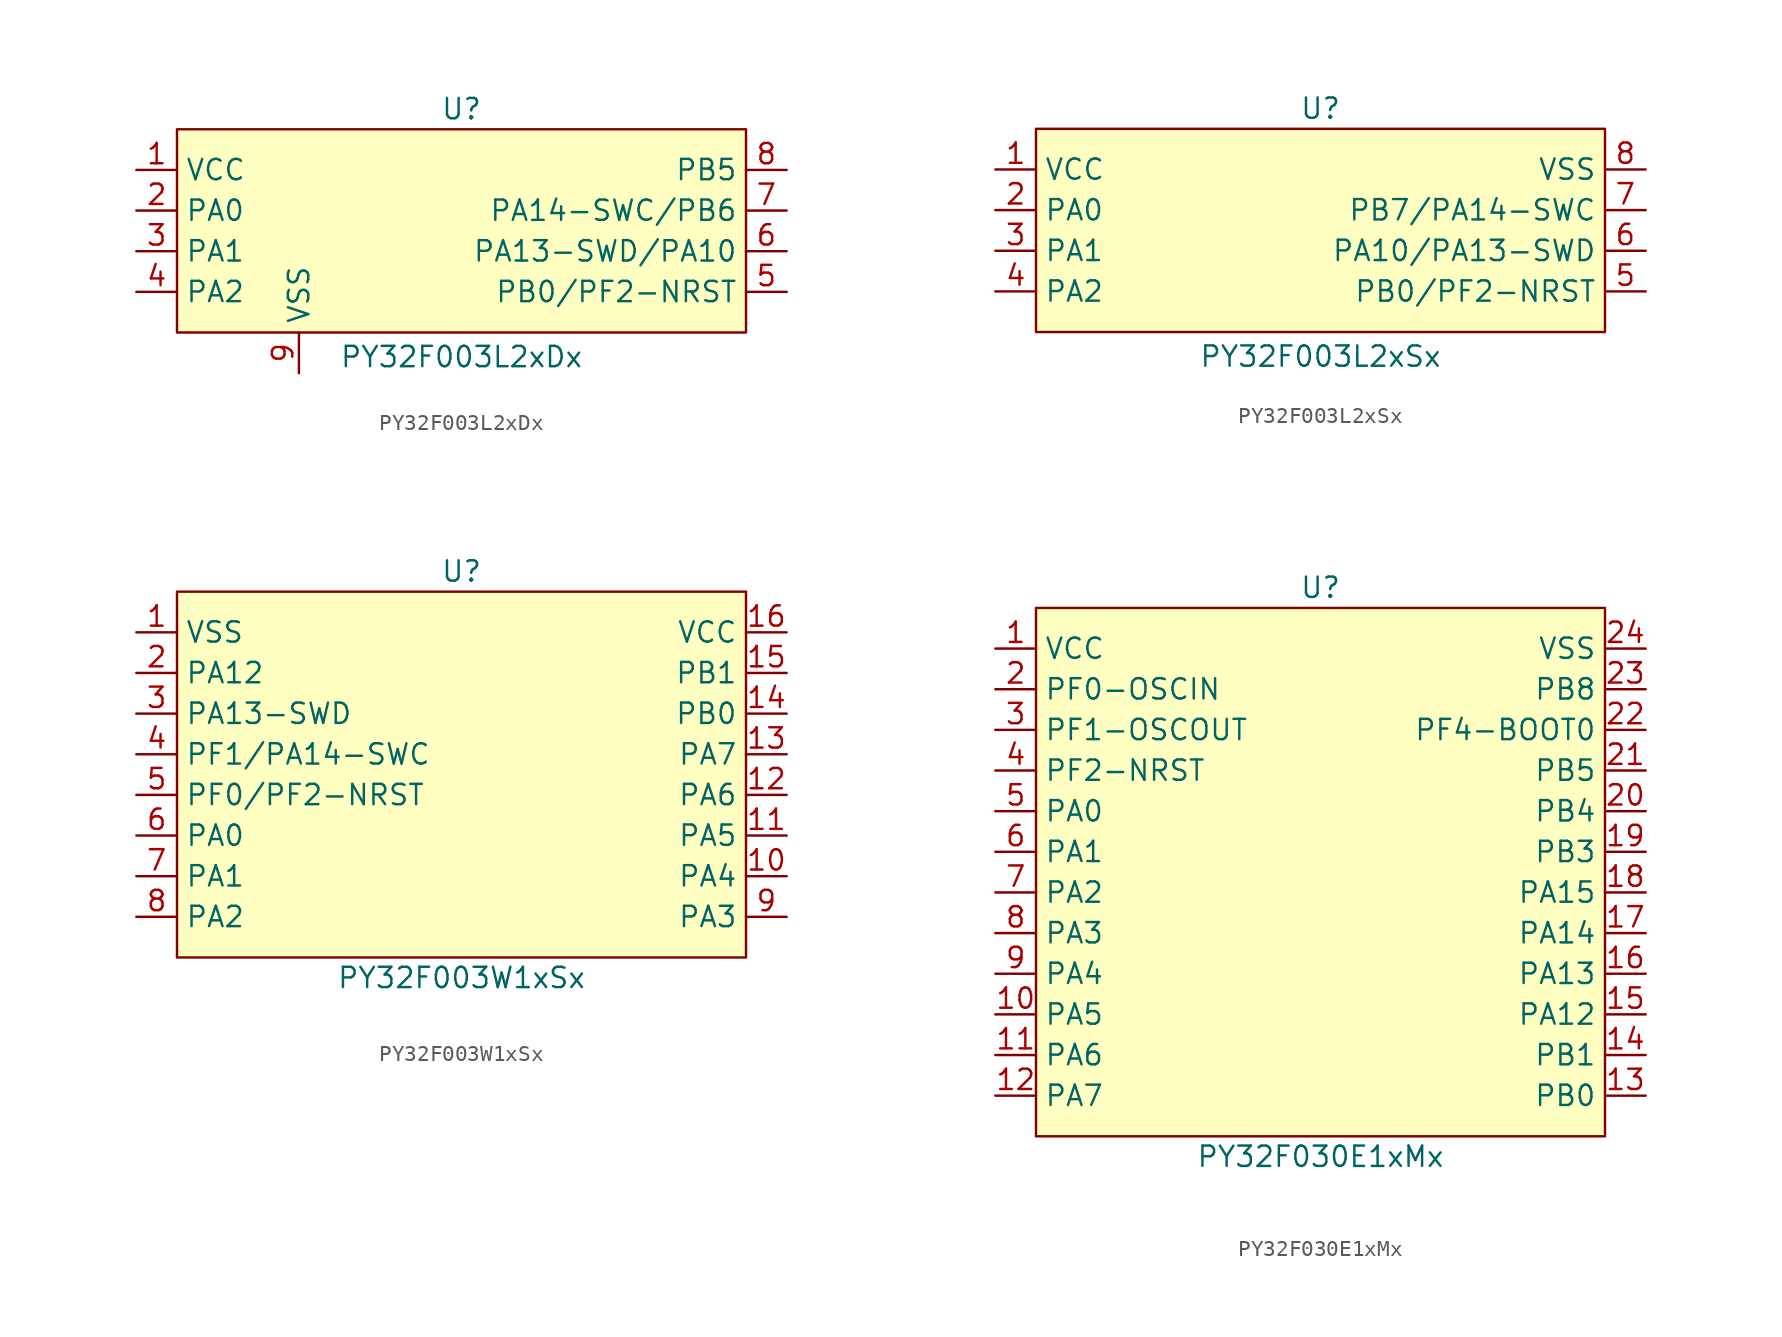
<source format=kicad_sym>
(kicad_symbol_lib
  (version 20241209)
  (generator "kicad_symbol_editor")
  (generator_version "9.0")
  (symbol "PY32F003L2xDx"
    (property "Reference" "U"
      (at 0 6.35 0)
      (effects (font (size 1.27 1.27))))
    (property "Value" "PY32F003L2xDx"
      (at 0 -9.144 0)
      (effects (font (size 1.27 1.27))))
    (symbol "PY32F003L2xDx_0_0"
      (pin bidirectional line (at -20.32 -2.54 0) (length 2.54) (name "PA1" (effects (font (size 1.27 1.27)))) (number "3" (effects (font (size 1.27 1.27)))))
      (pin bidirectional line (at -20.32 -5.08 0) (length 2.54) (name "PA2" (effects (font (size 1.27 1.27)))) (number "4" (effects (font (size 1.27 1.27)))))
      (pin bidirectional line (at 20.32 2.54 180) (length 2.54) (name "PB5" (effects (font (size 1.27 1.27)))) (number "8" (effects (font (size 1.27 1.27)))))
      (pin bidirectional line (at 20.32 0 180) (length 2.54) (name "PA14-SWC/PB6" (effects (font (size 1.27 1.27)))) (number "7" (effects (font (size 1.27 1.27)))))
      (pin bidirectional line (at 20.32 -2.54 180) (length 2.54) (name "PA13-SWD/PA10" (effects (font (size 1.27 1.27)))) (number "6" (effects (font (size 1.27 1.27)))))
      (pin bidirectional line (at 20.32 -5.08 180) (length 2.54) (name "PB0/PF2-NRST" (effects (font (size 1.27 1.27)))) (number "5" (effects (font (size 1.27 1.27))))))
    (symbol "PY32F003L2xDx_1_0"
      (pin bidirectional line (at -20.32 2.54 0) (length 2.54) (name "VCC" (effects (font (size 1.27 1.27)))) (number "1" (effects (font (size 1.27 1.27)))))
      (pin bidirectional line (at -20.32 0 0) (length 2.54) (name "PA0" (effects (font (size 1.27 1.27)))) (number "2" (effects (font (size 1.27 1.27)))))
      (pin bidirectional line (at -10.16 -10.16 90) (length 2.54) (name "VSS" (effects (font (size 1.27 1.27)))) (number "9" (effects (font (size 1.27 1.27))))))
    (symbol "PY32F003L2xDx_1_1"
      (rectangle (start -17.78 5.08) (end 17.78 -7.62) (stroke (width 0) (type solid)) (fill (type background)))))
  (symbol "PY32F003L2xSx"
    (property "Reference" "U"
      (at 0 6.35 0)
      (effects (font (size 1.27 1.27))))
    (property "Value" "PY32F003L2xSx"
      (at 0 -9.144 0)
      (effects (font (size 1.27 1.27))))
    (symbol "PY32F003L2xSx_0_0"
      (pin bidirectional line (at -20.32 -2.54 0) (length 2.54) (name "PA1" (effects (font (size 1.27 1.27)))) (number "3" (effects (font (size 1.27 1.27)))))
      (pin bidirectional line (at -20.32 -5.08 0) (length 2.54) (name "PA2" (effects (font (size 1.27 1.27)))) (number "4" (effects (font (size 1.27 1.27)))))
      (pin bidirectional line (at 20.32 2.54 180) (length 2.54) (name "VSS" (effects (font (size 1.27 1.27)))) (number "8" (effects (font (size 1.27 1.27)))))
      (pin bidirectional line (at 20.32 -2.54 180) (length 2.54) (name "PA10/PA13-SWD" (effects (font (size 1.27 1.27)))) (number "6" (effects (font (size 1.27 1.27)))))
      (pin bidirectional line (at 20.32 -5.08 180) (length 2.54) (name "PB0/PF2-NRST" (effects (font (size 1.27 1.27)))) (number "5" (effects (font (size 1.27 1.27))))))
    (symbol "PY32F003L2xSx_1_0"
      (pin bidirectional line (at -20.32 2.54 0) (length 2.54) (name "VCC" (effects (font (size 1.27 1.27)))) (number "1" (effects (font (size 1.27 1.27)))))
      (pin bidirectional line (at -20.32 0 0) (length 2.54) (name "PA0" (effects (font (size 1.27 1.27)))) (number "2" (effects (font (size 1.27 1.27)))))
      (pin bidirectional line (at 20.32 0 180) (length 2.54) (name "PB7/PA14-SWC" (effects (font (size 1.27 1.27)))) (number "7" (effects (font (size 1.27 1.27))))))
    (symbol "PY32F003L2xSx_1_1"
      (rectangle (start -17.78 5.08) (end 17.78 -7.62) (stroke (width 0) (type solid)) (fill (type background)))))
  (symbol "PY32F003W1xSx"
    (property "Reference" "U"
      (at 0 11.43 0)
      (effects (font (size 1.27 1.27))))
    (property "Value" "PY32F003W1xSx"
      (at 0 -13.97 0)
      (effects (font (size 1.27 1.27))))
    (symbol "PY32F003W1xSx_0_0"
      (pin bidirectional line (at -20.32 7.62 0) (length 2.54) (name "VSS" (effects (font (size 1.27 1.27)))) (number "1" (effects (font (size 1.27 1.27)))))
      (pin bidirectional line (at -20.32 5.08 0) (length 2.54) (name "PA12" (effects (font (size 1.27 1.27)))) (number "2" (effects (font (size 1.27 1.27)))))
      (pin bidirectional line (at -20.32 2.54 0) (length 2.54) (name "PA13-SWD" (effects (font (size 1.27 1.27)))) (number "3" (effects (font (size 1.27 1.27)))))
      (pin bidirectional line (at -20.32 0 0) (length 2.54) (name "PF1/PA14-SWC" (effects (font (size 1.27 1.27)))) (number "4" (effects (font (size 1.27 1.27)))))
      (pin bidirectional line (at -20.32 -2.54 0) (length 2.54) (name "PF0/PF2-NRST" (effects (font (size 1.27 1.27)))) (number "5" (effects (font (size 1.27 1.27)))))
      (pin bidirectional line (at -20.32 -5.08 0) (length 2.54) (name "PA0" (effects (font (size 1.27 1.27)))) (number "6" (effects (font (size 1.27 1.27)))))
      (pin bidirectional line (at -20.32 -7.62 0) (length 2.54) (name "PA1" (effects (font (size 1.27 1.27)))) (number "7" (effects (font (size 1.27 1.27)))))
      (pin bidirectional line (at -20.32 -10.16 0) (length 2.54) (name "PA2" (effects (font (size 1.27 1.27)))) (number "8" (effects (font (size 1.27 1.27)))))
      (pin bidirectional line (at 20.32 7.62 180) (length 2.54) (name "VCC" (effects (font (size 1.27 1.27)))) (number "16" (effects (font (size 1.27 1.27)))))
      (pin bidirectional line (at 20.32 5.08 180) (length 2.54) (name "PB1" (effects (font (size 1.27 1.27)))) (number "15" (effects (font (size 1.27 1.27)))))
      (pin bidirectional line (at 20.32 2.54 180) (length 2.54) (name "PB0" (effects (font (size 1.27 1.27)))) (number "14" (effects (font (size 1.27 1.27)))))
      (pin bidirectional line (at 20.32 0 180) (length 2.54) (name "PA7" (effects (font (size 1.27 1.27)))) (number "13" (effects (font (size 1.27 1.27)))))
      (pin bidirectional line (at 20.32 -2.54 180) (length 2.54) (name "PA6" (effects (font (size 1.27 1.27)))) (number "12" (effects (font (size 1.27 1.27)))))
      (pin bidirectional line (at 20.32 -5.08 180) (length 2.54) (name "PA5" (effects (font (size 1.27 1.27)))) (number "11" (effects (font (size 1.27 1.27)))))
      (pin bidirectional line (at 20.32 -7.62 180) (length 2.54) (name "PA4" (effects (font (size 1.27 1.27)))) (number "10" (effects (font (size 1.27 1.27)))))
      (pin bidirectional line (at 20.32 -10.16 180) (length 2.54) (name "PA3" (effects (font (size 1.27 1.27)))) (number "9" (effects (font (size 1.27 1.27))))))
    (symbol "PY32F003W1xSx_1_1"
      (rectangle (start -17.78 10.16) (end 17.78 -12.7) (stroke (width 0) (type solid)) (fill (type background)))))
  (symbol "PY32F030E1xMx"
    (property "Reference" "U"
      (at 0 16.51 0)
      (effects (font (size 1.27 1.27))))
    (property "Value" "PY32F030E1xMx"
      (at 0 -19.05 0)
      (effects (font (size 1.27 1.27))))
    (symbol "PY32F030E1xMx_0_0"
      (pin bidirectional line (at -20.32 12.7 0) (length 2.54) (name "VCC" (effects (font (size 1.27 1.27)))) (number "1" (effects (font (size 1.27 1.27)))))
      (pin bidirectional line (at -20.32 10.16 0) (length 2.54) (name "PF0-OSCIN" (effects (font (size 1.27 1.27)))) (number "2" (effects (font (size 1.27 1.27)))))
      (pin bidirectional line (at -20.32 7.62 0) (length 2.54) (name "PF1-OSCOUT" (effects (font (size 1.27 1.27)))) (number "3" (effects (font (size 1.27 1.27)))))
      (pin bidirectional line (at -20.32 5.08 0) (length 2.54) (name "PF2-NRST" (effects (font (size 1.27 1.27)))) (number "4" (effects (font (size 1.27 1.27)))))
      (pin bidirectional line (at -20.32 2.54 0) (length 2.54) (name "PA0" (effects (font (size 1.27 1.27)))) (number "5" (effects (font (size 1.27 1.27)))))
      (pin bidirectional line (at -20.32 0 0) (length 2.54) (name "PA1" (effects (font (size 1.27 1.27)))) (number "6" (effects (font (size 1.27 1.27)))))
      (pin bidirectional line (at -20.32 -2.54 0) (length 2.54) (name "PA2" (effects (font (size 1.27 1.27)))) (number "7" (effects (font (size 1.27 1.27)))))
      (pin bidirectional line (at -20.32 -5.08 0) (length 2.54) (name "PA3" (effects (font (size 1.27 1.27)))) (number "8" (effects (font (size 1.27 1.27)))))
      (pin bidirectional line (at -20.32 -7.62 0) (length 2.54) (name "PA4" (effects (font (size 1.27 1.27)))) (number "9" (effects (font (size 1.27 1.27)))))
      (pin bidirectional line (at -20.32 -10.16 0) (length 2.54) (name "PA5" (effects (font (size 1.27 1.27)))) (number "10" (effects (font (size 1.27 1.27)))))
      (pin bidirectional line (at -20.32 -12.7 0) (length 2.54) (name "PA6" (effects (font (size 1.27 1.27)))) (number "11" (effects (font (size 1.27 1.27)))))
      (pin bidirectional line (at -20.32 -15.24 0) (length 2.54) (name "PA7" (effects (font (size 1.27 1.27)))) (number "12" (effects (font (size 1.27 1.27)))))
      (pin bidirectional line (at 20.32 12.7 180) (length 2.54) (name "VSS" (effects (font (size 1.27 1.27)))) (number "24" (effects (font (size 1.27 1.27)))))
      (pin bidirectional line (at 20.32 10.16 180) (length 2.54) (name "PB8" (effects (font (size 1.27 1.27)))) (number "23" (effects (font (size 1.27 1.27)))))
      (pin bidirectional line (at 20.32 7.62 180) (length 2.54) (name "PF4-BOOT0" (effects (font (size 1.27 1.27)))) (number "22" (effects (font (size 1.27 1.27)))))
      (pin bidirectional line (at 20.32 5.08 180) (length 2.54) (name "PB5" (effects (font (size 1.27 1.27)))) (number "21" (effects (font (size 1.27 1.27)))))
      (pin bidirectional line (at 20.32 2.54 180) (length 2.54) (name "PB4" (effects (font (size 1.27 1.27)))) (number "20" (effects (font (size 1.27 1.27)))))
      (pin bidirectional line (at 20.32 0 180) (length 2.54) (name "PB3" (effects (font (size 1.27 1.27)))) (number "19" (effects (font (size 1.27 1.27)))))
      (pin bidirectional line (at 20.32 -2.54 180) (length 2.54) (name "PA15" (effects (font (size 1.27 1.27)))) (number "18" (effects (font (size 1.27 1.27)))))
      (pin bidirectional line (at 20.32 -5.08 180) (length 2.54) (name "PA14" (effects (font (size 1.27 1.27)))) (number "17" (effects (font (size 1.27 1.27)))))
      (pin bidirectional line (at 20.32 -7.62 180) (length 2.54) (name "PA13" (effects (font (size 1.27 1.27)))) (number "16" (effects (font (size 1.27 1.27)))))
      (pin bidirectional line (at 20.32 -10.16 180) (length 2.54) (name "PA12" (effects (font (size 1.27 1.27)))) (number "15" (effects (font (size 1.27 1.27)))))
      (pin bidirectional line (at 20.32 -12.7 180) (length 2.54) (name "PB1" (effects (font (size 1.27 1.27)))) (number "14" (effects (font (size 1.27 1.27)))))
      (pin bidirectional line (at 20.32 -15.24 180) (length 2.54) (name "PB0" (effects (font (size 1.27 1.27)))) (number "13" (effects (font (size 1.27 1.27))))))
    (symbol "PY32F030E1xMx_1_1"
      (rectangle (start -17.78 15.24) (end 17.78 -17.78) (stroke (width 0) (type solid)) (fill (type background))))))
</source>
